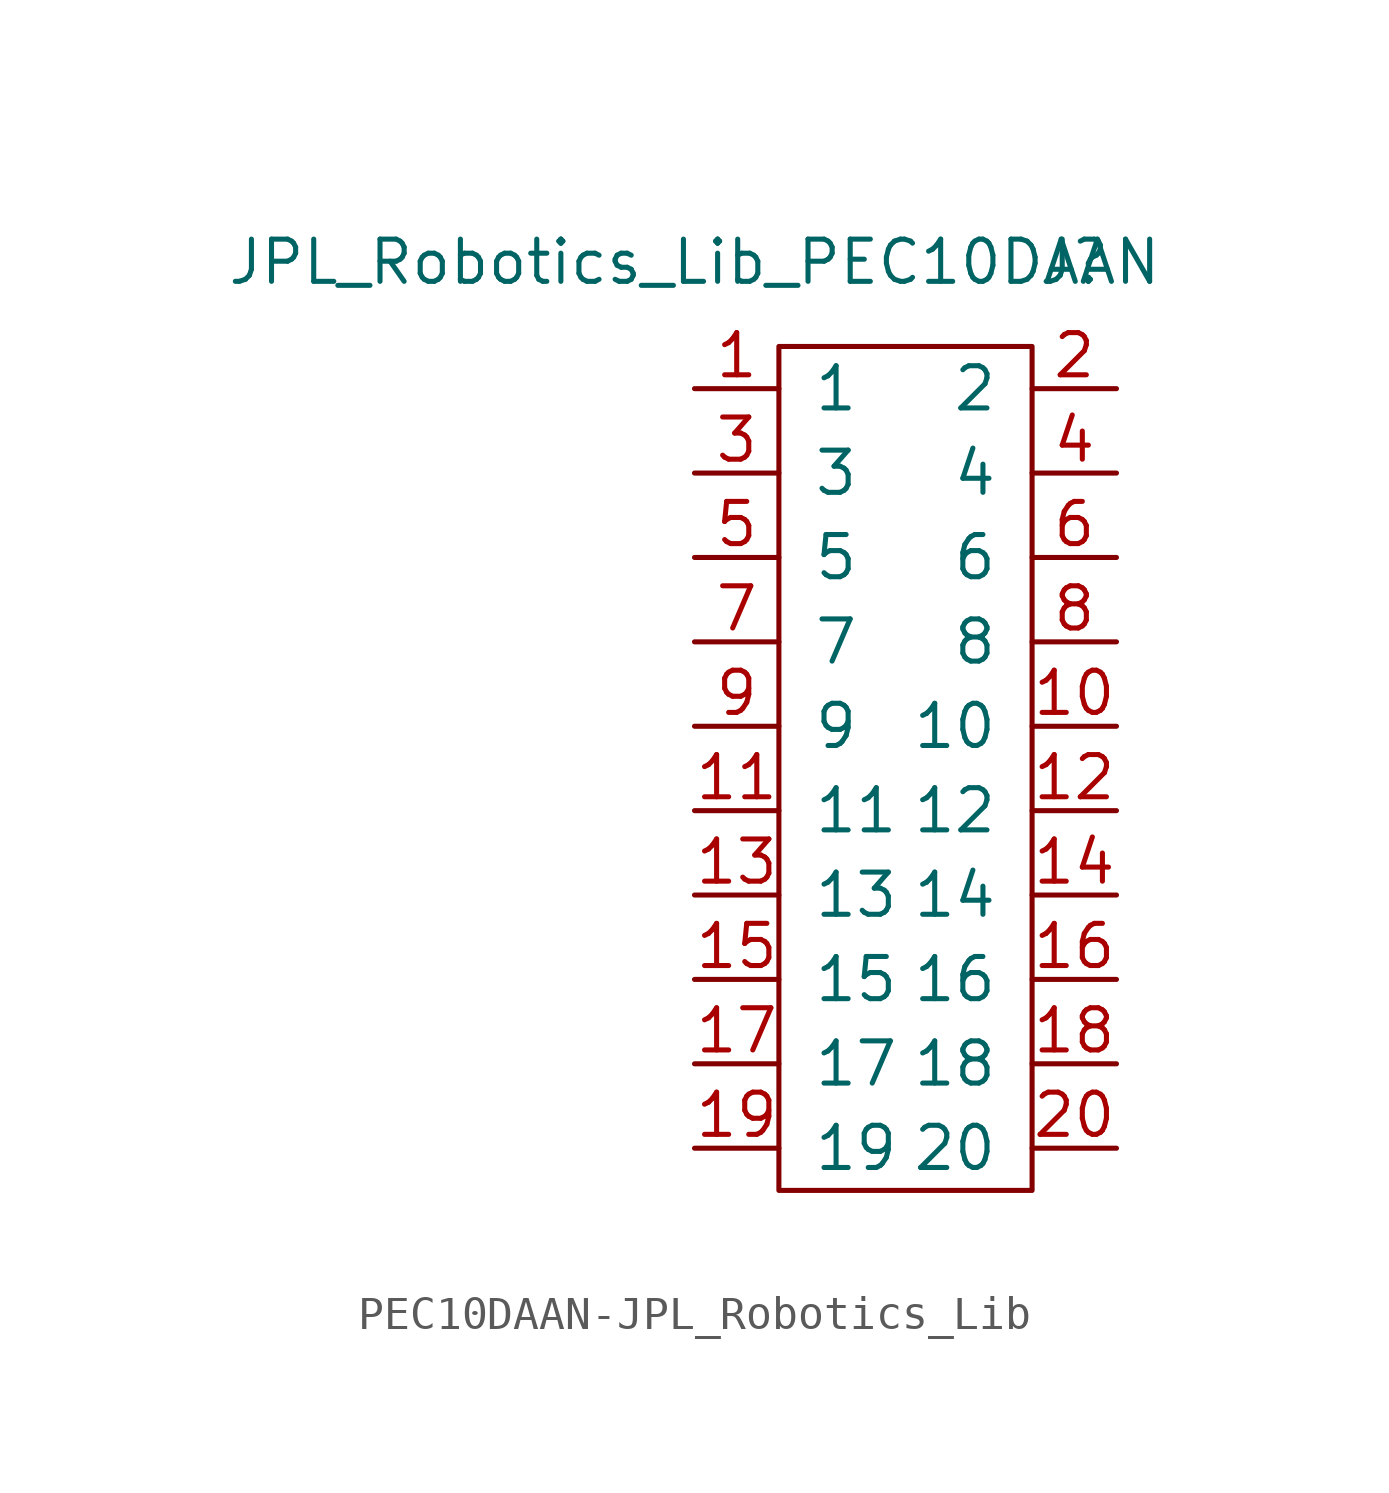
<source format=kicad_sym>
(kicad_symbol_lib
  (version 20231120)
  (generator "kicad_symbol_editor")
  (generator_version "8.0")
  (symbol "PEC10DAAN-JPL_Robotics_Lib"
    (pin_names
      (offset 1.016))
    (property "Reference" "J"
      (at 5.08 0 0)
      (effects (font (size 1.27 1.27))))
    (property "Value" "JPL_Robotics_Lib_PEC10DAAN"
      (at -6.35 0 0)
      (effects (font (size 1.27 1.27))))
    (symbol "PEC10DAAN-JPL_Robotics_Lib_0_1"
      (rectangle (start -3.81 -2.54) (end 3.81 -27.94) (stroke (width 0) (type solid)) (fill (type none))))
    (symbol "PEC10DAAN-JPL_Robotics_Lib_1_1"
      (pin passive line (at -6.35 -3.81 0) (length 2.54) (name "1" (effects (font (size 1.27 1.27)))) (number "1" (effects (font (size 1.27 1.27)))))
      (pin passive line (at 6.35 -13.97 180) (length 2.54) (name "10" (effects (font (size 1.27 1.27)))) (number "10" (effects (font (size 1.27 1.27)))))
      (pin passive line (at -6.35 -16.51 0) (length 2.54) (name "11" (effects (font (size 1.27 1.27)))) (number "11" (effects (font (size 1.27 1.27)))))
      (pin passive line (at 6.35 -16.51 180) (length 2.54) (name "12" (effects (font (size 1.27 1.27)))) (number "12" (effects (font (size 1.27 1.27)))))
      (pin passive line (at -6.35 -19.05 0) (length 2.54) (name "13" (effects (font (size 1.27 1.27)))) (number "13" (effects (font (size 1.27 1.27)))))
      (pin passive line (at 6.35 -19.05 180) (length 2.54) (name "14" (effects (font (size 1.27 1.27)))) (number "14" (effects (font (size 1.27 1.27)))))
      (pin passive line (at -6.35 -21.59 0) (length 2.54) (name "15" (effects (font (size 1.27 1.27)))) (number "15" (effects (font (size 1.27 1.27)))))
      (pin passive line (at 6.35 -21.59 180) (length 2.54) (name "16" (effects (font (size 1.27 1.27)))) (number "16" (effects (font (size 1.27 1.27)))))
      (pin passive line (at -6.35 -24.13 0) (length 2.54) (name "17" (effects (font (size 1.27 1.27)))) (number "17" (effects (font (size 1.27 1.27)))))
      (pin passive line (at 6.35 -24.13 180) (length 2.54) (name "18" (effects (font (size 1.27 1.27)))) (number "18" (effects (font (size 1.27 1.27)))))
      (pin passive line (at -6.35 -26.67 0) (length 2.54) (name "19" (effects (font (size 1.27 1.27)))) (number "19" (effects (font (size 1.27 1.27)))))
      (pin passive line (at 6.35 -3.81 180) (length 2.54) (name "2" (effects (font (size 1.27 1.27)))) (number "2" (effects (font (size 1.27 1.27)))))
      (pin passive line (at 6.35 -26.67 180) (length 2.54) (name "20" (effects (font (size 1.27 1.27)))) (number "20" (effects (font (size 1.27 1.27)))))
      (pin passive line (at -6.35 -6.35 0) (length 2.54) (name "3" (effects (font (size 1.27 1.27)))) (number "3" (effects (font (size 1.27 1.27)))))
      (pin passive line (at 6.35 -6.35 180) (length 2.54) (name "4" (effects (font (size 1.27 1.27)))) (number "4" (effects (font (size 1.27 1.27)))))
      (pin passive line (at -6.35 -8.89 0) (length 2.54) (name "5" (effects (font (size 1.27 1.27)))) (number "5" (effects (font (size 1.27 1.27)))))
      (pin passive line (at 6.35 -8.89 180) (length 2.54) (name "6" (effects (font (size 1.27 1.27)))) (number "6" (effects (font (size 1.27 1.27)))))
      (pin passive line (at -6.35 -11.43 0) (length 2.54) (name "7" (effects (font (size 1.27 1.27)))) (number "7" (effects (font (size 1.27 1.27)))))
      (pin passive line (at 6.35 -11.43 180) (length 2.54) (name "8" (effects (font (size 1.27 1.27)))) (number "8" (effects (font (size 1.27 1.27)))))
      (pin passive line (at -6.35 -13.97 0) (length 2.54) (name "9" (effects (font (size 1.27 1.27)))) (number "9" (effects (font (size 1.27 1.27))))))))
</source>
